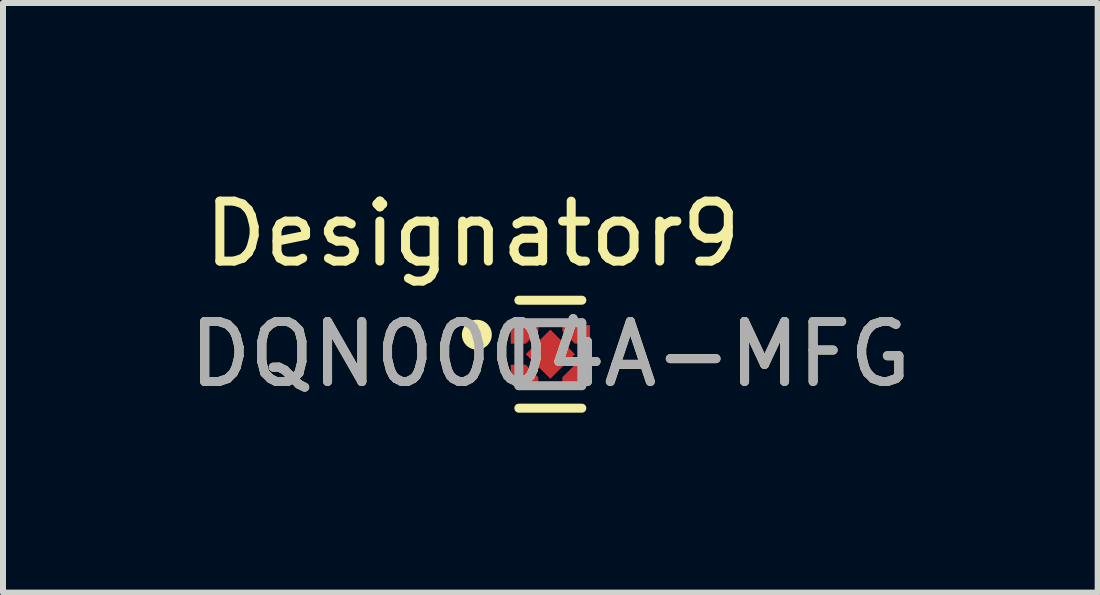
<source format=kicad_pcb>
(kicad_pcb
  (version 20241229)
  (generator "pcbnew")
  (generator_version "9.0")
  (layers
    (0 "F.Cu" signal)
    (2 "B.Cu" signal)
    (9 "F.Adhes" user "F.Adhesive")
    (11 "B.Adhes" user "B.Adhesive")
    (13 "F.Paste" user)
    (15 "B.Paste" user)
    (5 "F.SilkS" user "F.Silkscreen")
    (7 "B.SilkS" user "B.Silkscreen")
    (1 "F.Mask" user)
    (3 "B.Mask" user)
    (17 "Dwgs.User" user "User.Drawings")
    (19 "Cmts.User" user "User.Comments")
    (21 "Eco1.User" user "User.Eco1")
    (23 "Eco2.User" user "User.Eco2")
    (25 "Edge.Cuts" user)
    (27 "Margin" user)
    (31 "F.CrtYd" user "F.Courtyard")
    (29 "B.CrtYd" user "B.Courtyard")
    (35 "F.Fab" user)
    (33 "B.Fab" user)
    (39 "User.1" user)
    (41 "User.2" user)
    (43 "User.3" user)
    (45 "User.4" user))
  (footprint "DQN0004A-MFG"
    (layer "F.Cu")
    (at 6.125 2.855)
    (property "Reference" "DQN0004A-MFG" (at 0 0 0) (unlocked yes) (layer "F.SilkS") (effects (font (size 1 1) (thickness 0.15))))
    (attr smd)
    (fp_poly (pts (xy -0.66 -0.485) (xy -0.2 -0.485) (xy -0.2 -0.385) (xy -0.41 -0.175) (xy -0.66 -0.175)) (stroke (width 0) (type solid)) (fill yes) (layer "F.Cu"))
    (fp_poly (pts (xy -0.66 0.485) (xy -0.2 0.485) (xy -0.2 0.385) (xy -0.41 0.175) (xy -0.66 0.175)) (stroke (width 0) (type solid)) (fill yes) (layer "F.Cu"))
    (fp_poly (pts (xy 0.66 -0.485) (xy 0.2 -0.485) (xy 0.2 -0.385) (xy 0.41 -0.175) (xy 0.66 -0.175)) (stroke (width 0) (type solid)) (fill yes) (layer "F.Cu"))
    (fp_poly (pts (xy 0.66 0.485) (xy 0.2 0.485) (xy 0.2 0.385) (xy 0.41 0.175) (xy 0.66 0.175)) (stroke (width 0) (type solid)) (fill yes) (layer "F.Cu"))
    (fp_poly (pts (xy -0.61 -0.435) (xy -0.25 -0.435) (xy -0.25 -0.405) (xy -0.43 -0.225) (xy -0.61 -0.225)) (stroke (width 0) (type solid)) (fill yes) (layer "F.Mask"))
    (fp_poly (pts (xy -0.61 0.435) (xy -0.25 0.435) (xy -0.25 0.405) (xy -0.43 0.225) (xy -0.61 0.225)) (stroke (width 0) (type solid)) (fill yes) (layer "F.Mask"))
    (fp_poly (pts (xy 0.61 -0.435) (xy 0.25 -0.435) (xy 0.25 -0.405) (xy 0.43 -0.225) (xy 0.61 -0.225)) (stroke (width 0) (type solid)) (fill yes) (layer "F.Mask"))
    (fp_poly (pts (xy 0.61 0.435) (xy 0.25 0.435) (xy 0.25 0.405) (xy 0.43 0.225) (xy 0.61 0.225)) (stroke (width 0) (type solid)) (fill yes) (layer "F.Mask"))
    (fp_poly (pts (xy -0.304 -0.035) (xy -0.035 -0.304) (xy 0.035 -0.304) (xy 0.304 -0.035) (xy 0.304 0.035) (xy 0.035 0.304) (xy -0.035 0.304) (xy -0.304 0.035)) (stroke (width 0) (type solid)) (fill yes) (layer "F.Mask"))
    (fp_line (start -0.525 -0.9) (end 0.525 -0.9) (stroke (width 0.15) (type solid)) (layer "F.SilkS"))
    (fp_line (start -0.525 0.9) (end 0.525 0.9) (stroke (width 0.15) (type solid)) (layer "F.SilkS"))
    (fp_circle (center -1.225 -0.325) (end -1.1 -0.325) (stroke (width 0.25) (type solid)) (fill no) (layer "F.SilkS"))
    (fp_poly (pts (xy -0.65 -0.435) (xy -0.25 -0.435) (xy -0.25 -0.405) (xy -0.43 -0.225) (xy -0.65 -0.225)) (stroke (width 0) (type solid)) (fill yes) (layer "F.Paste"))
    (fp_poly (pts (xy -0.65 0.435) (xy -0.25 0.435) (xy -0.25 0.405) (xy -0.43 0.225) (xy -0.65 0.225)) (stroke (width 0) (type solid)) (fill yes) (layer "F.Paste"))
    (fp_poly (pts (xy 0.65 -0.435) (xy 0.25 -0.435) (xy 0.25 -0.405) (xy 0.43 -0.225) (xy 0.65 -0.225)) (stroke (width 0) (type solid)) (fill yes) (layer "F.Paste"))
    (fp_poly (pts (xy 0.65 0.435) (xy 0.25 0.435) (xy 0.25 0.405) (xy 0.43 0.225) (xy 0.65 0.225)) (stroke (width 0) (type solid)) (fill yes) (layer "F.Paste"))
    (fp_poly (pts (xy 0.283 0.035) (xy 0.035 0.283) (xy -0.035 0.283) (xy -0.283 0.035) (xy -0.283 -0.035) (xy -0.035 -0.283) (xy 0.035 -0.283) (xy 0.283 -0.035)) (stroke (width 0) (type solid)) (fill yes) (layer "F.Paste"))
    (fp_line (start -0.525 -0.525) (end 0.525 -0.525) (stroke (width 0.15) (type solid)) (layer "F.Fab"))
    (fp_line (start -0.525 0.525) (end -0.525 -0.525) (stroke (width 0.15) (type solid)) (layer "F.Fab"))
    (fp_line (start -0.525 0.525) (end 0.525 0.525) (stroke (width 0.15) (type solid)) (layer "F.Fab"))
    (fp_line (start 0.525 0.525) (end 0.525 -0.525) (stroke (width 0.15) (type solid)) (layer "F.Fab"))
    (fp_text user "Designator9" (at -1.295 -2.007 0) (unlocked yes) (layer "F.SilkS") (effects (font (size 1 1) (thickness 0.15))))
    (fp_text user "${REFERENCE}" (at 0 0 0) (unlocked yes) (layer "F.Fab") (effects (font (size 1 1) (thickness 0.15))))
    (pad "1" smd circle (at -0.505 -0.33) (size 0.279 0.279) (layers "F.Cu"))
    (pad "2" smd circle (at -0.505 0.33) (size 0.279 0.279) (layers "F.Cu"))
    (pad "3" smd circle (at 0.459 0.346) (size 0.251 0.251) (layers "F.Cu"))
    (pad "4" smd circle (at 0.459 -0.346) (size 0.251 0.251) (layers "F.Cu"))
    (pad "5" smd rect (at 0 0 315) (size 0.58 0.58) (layers "F.Cu")))
  (gr_rect
    (start -3 -3)
    (end 15.25 6.83)
    (stroke (width 0.1) (type default))
    (fill no)
    (layer "Edge.Cuts")))
</source>
